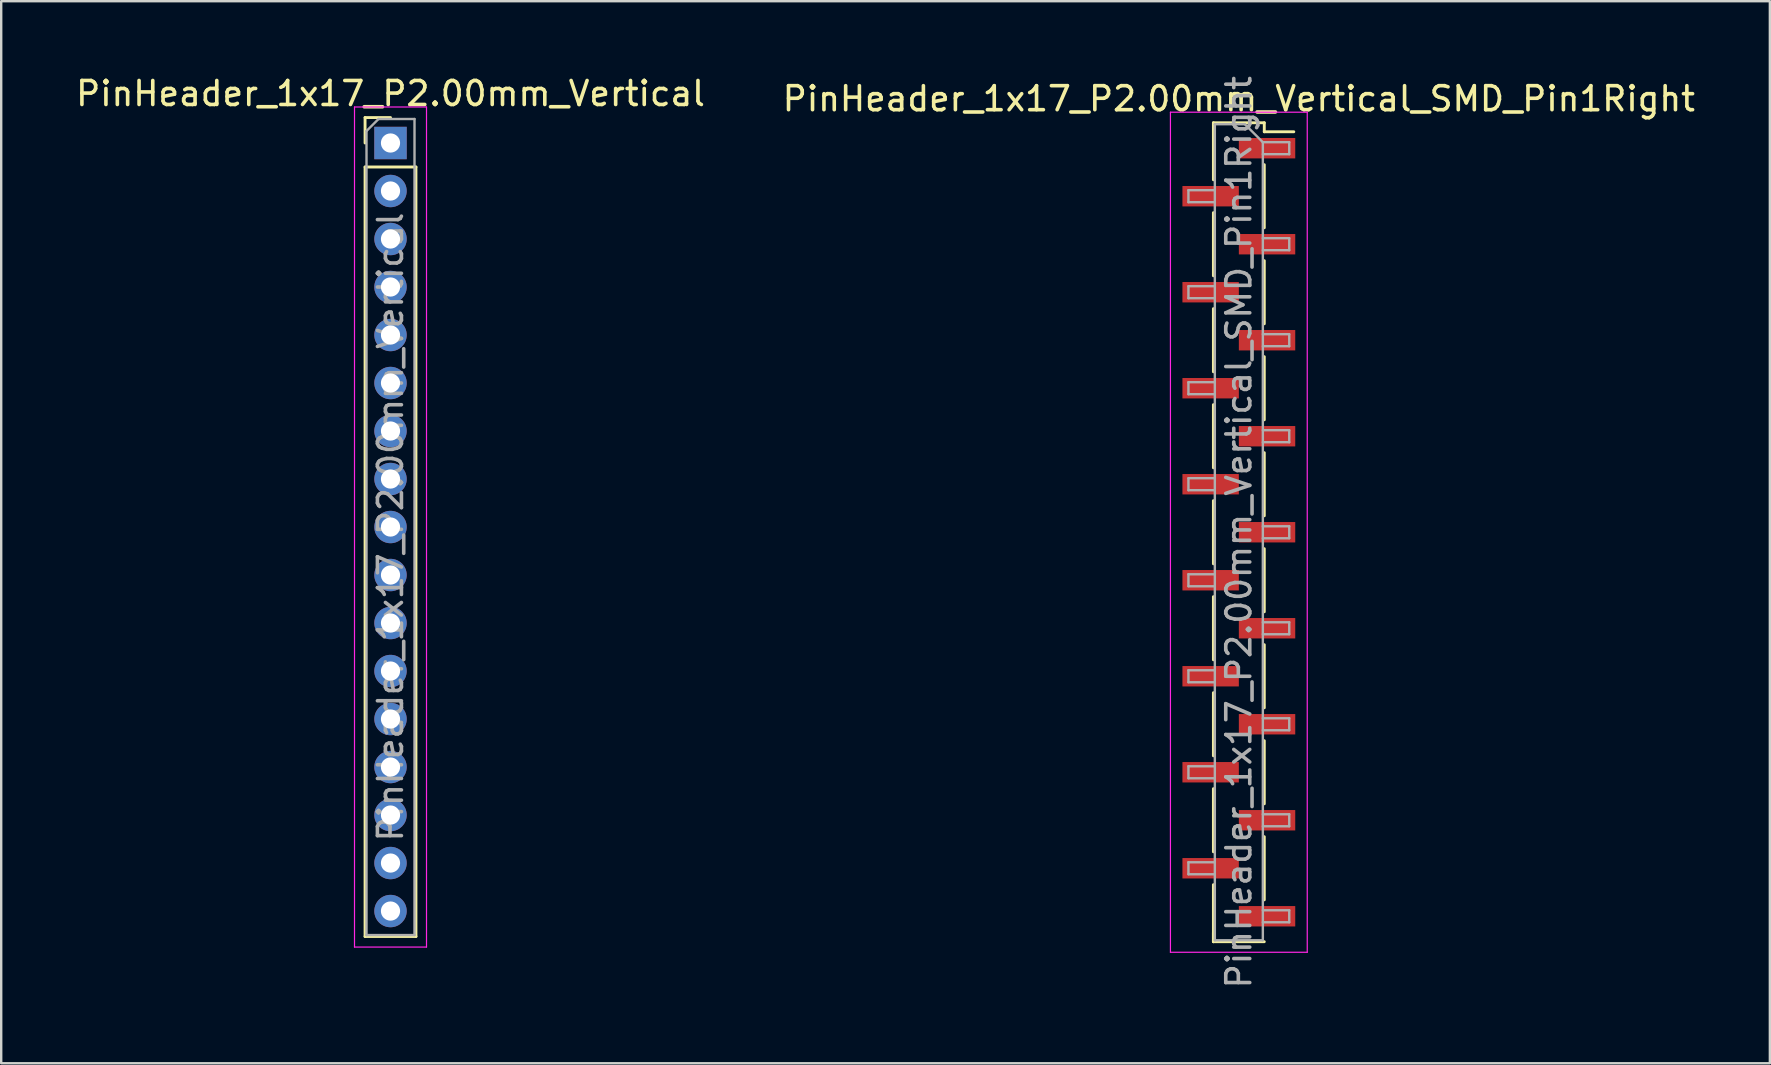
<source format=kicad_pcb>
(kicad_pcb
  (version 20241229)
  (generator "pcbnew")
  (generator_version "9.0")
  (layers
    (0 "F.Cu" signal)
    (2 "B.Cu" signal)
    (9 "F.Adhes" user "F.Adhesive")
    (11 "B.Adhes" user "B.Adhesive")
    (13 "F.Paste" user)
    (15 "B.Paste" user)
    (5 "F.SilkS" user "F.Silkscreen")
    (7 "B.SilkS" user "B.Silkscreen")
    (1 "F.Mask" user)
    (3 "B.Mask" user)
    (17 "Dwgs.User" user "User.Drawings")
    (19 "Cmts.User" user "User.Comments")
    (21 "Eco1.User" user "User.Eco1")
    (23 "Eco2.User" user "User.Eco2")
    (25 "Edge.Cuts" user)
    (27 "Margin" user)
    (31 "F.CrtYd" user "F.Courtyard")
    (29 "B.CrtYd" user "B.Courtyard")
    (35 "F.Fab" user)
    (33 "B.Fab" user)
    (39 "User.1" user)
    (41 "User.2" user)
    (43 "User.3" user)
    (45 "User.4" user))
  (footprint "PinHeader_1x17_P2.00mm_Vertical"
    (layer "F.Cu")
    (at 13.22 2.908)
    (property "Reference" "PinHeader_1x17_P2.00mm_Vertical" (at 0 -2.06 0) (layer "F.SilkS") (effects (font (size 1 1) (thickness 0.15))))
    (attr through_hole)
    (fp_line (start -1.06 -1.06) (end 0 -1.06) (stroke (width 0.12) (type solid)) (layer "F.SilkS"))
    (fp_line (start -1.06 0) (end -1.06 -1.06) (stroke (width 0.12) (type solid)) (layer "F.SilkS"))
    (fp_line (start -1.06 1) (end -1.06 33.06) (stroke (width 0.12) (type solid)) (layer "F.SilkS"))
    (fp_line (start -1.06 1) (end 1.06 1) (stroke (width 0.12) (type solid)) (layer "F.SilkS"))
    (fp_line (start -1.06 33.06) (end 1.06 33.06) (stroke (width 0.12) (type solid)) (layer "F.SilkS"))
    (fp_line (start 1.06 1) (end 1.06 33.06) (stroke (width 0.12) (type solid)) (layer "F.SilkS"))
    (fp_line (start -1.5 -1.5) (end -1.5 33.5) (stroke (width 0.05) (type solid)) (layer "F.CrtYd"))
    (fp_line (start -1.5 33.5) (end 1.5 33.5) (stroke (width 0.05) (type solid)) (layer "F.CrtYd"))
    (fp_line (start 1.5 -1.5) (end -1.5 -1.5) (stroke (width 0.05) (type solid)) (layer "F.CrtYd"))
    (fp_line (start 1.5 33.5) (end 1.5 -1.5) (stroke (width 0.05) (type solid)) (layer "F.CrtYd"))
    (fp_line (start -1 -0.5) (end -0.5 -1) (stroke (width 0.1) (type solid)) (layer "F.Fab"))
    (fp_line (start -1 33) (end -1 -0.5) (stroke (width 0.1) (type solid)) (layer "F.Fab"))
    (fp_line (start -0.5 -1) (end 1 -1) (stroke (width 0.1) (type solid)) (layer "F.Fab"))
    (fp_line (start 1 -1) (end 1 33) (stroke (width 0.1) (type solid)) (layer "F.Fab"))
    (fp_line (start 1 33) (end -1 33) (stroke (width 0.1) (type solid)) (layer "F.Fab"))
    (fp_text user "${REFERENCE}" (at 0 16 90) (layer "F.Fab") (effects (font (size 1 1) (thickness 0.15))))
    (pad "1" thru_hole rect (at 0 0) (size 1.35 1.35) (drill 0.8) (layers "*.Cu" "*.Mask"))
    (pad "2" thru_hole oval (at 0 2) (size 1.35 1.35) (drill 0.8) (layers "*.Cu" "*.Mask"))
    (pad "3" thru_hole oval (at 0 4) (size 1.35 1.35) (drill 0.8) (layers "*.Cu" "*.Mask"))
    (pad "4" thru_hole oval (at 0 6) (size 1.35 1.35) (drill 0.8) (layers "*.Cu" "*.Mask"))
    (pad "5" thru_hole oval (at 0 8) (size 1.35 1.35) (drill 0.8) (layers "*.Cu" "*.Mask"))
    (pad "6" thru_hole oval (at 0 10) (size 1.35 1.35) (drill 0.8) (layers "*.Cu" "*.Mask"))
    (pad "7" thru_hole oval (at 0 12) (size 1.35 1.35) (drill 0.8) (layers "*.Cu" "*.Mask"))
    (pad "8" thru_hole oval (at 0 14) (size 1.35 1.35) (drill 0.8) (layers "*.Cu" "*.Mask"))
    (pad "9" thru_hole oval (at 0 16) (size 1.35 1.35) (drill 0.8) (layers "*.Cu" "*.Mask"))
    (pad "10" thru_hole oval (at 0 18) (size 1.35 1.35) (drill 0.8) (layers "*.Cu" "*.Mask"))
    (pad "11" thru_hole oval (at 0 20) (size 1.35 1.35) (drill 0.8) (layers "*.Cu" "*.Mask"))
    (pad "12" thru_hole oval (at 0 22) (size 1.35 1.35) (drill 0.8) (layers "*.Cu" "*.Mask"))
    (pad "13" thru_hole oval (at 0 24) (size 1.35 1.35) (drill 0.8) (layers "*.Cu" "*.Mask"))
    (pad "14" thru_hole oval (at 0 26) (size 1.35 1.35) (drill 0.8) (layers "*.Cu" "*.Mask"))
    (pad "15" thru_hole oval (at 0 28) (size 1.35 1.35) (drill 0.8) (layers "*.Cu" "*.Mask"))
    (pad "16" thru_hole oval (at 0 30) (size 1.35 1.35) (drill 0.8) (layers "*.Cu" "*.Mask"))
    (pad "17" thru_hole oval (at 0 32) (size 1.35 1.35) (drill 0.8) (layers "*.Cu" "*.Mask")))
  (footprint "PinHeader_1x17_P2.00mm_Vertical_SMD_Pin1Right"
    (layer "F.Cu")
    (at 48.565 19.125)
    (property "Reference" "PinHeader_1x17_P2.00mm_Vertical_SMD_Pin1Right" (at 0 -18.06 0) (layer "F.SilkS") (effects (font (size 1 1) (thickness 0.15))))
    (attr smd)
    (fp_line (start -1.06 -17.06) (end -1.06 -14.685) (stroke (width 0.12) (type solid)) (layer "F.SilkS"))
    (fp_line (start -1.06 -17.06) (end 1.06 -17.06) (stroke (width 0.12) (type solid)) (layer "F.SilkS"))
    (fp_line (start -1.06 -13.315) (end -1.06 -10.685) (stroke (width 0.12) (type solid)) (layer "F.SilkS"))
    (fp_line (start -1.06 -9.315) (end -1.06 -6.685) (stroke (width 0.12) (type solid)) (layer "F.SilkS"))
    (fp_line (start -1.06 -5.315) (end -1.06 -2.685) (stroke (width 0.12) (type solid)) (layer "F.SilkS"))
    (fp_line (start -1.06 -1.315) (end -1.06 1.315) (stroke (width 0.12) (type solid)) (layer "F.SilkS"))
    (fp_line (start -1.06 2.685) (end -1.06 5.315) (stroke (width 0.12) (type solid)) (layer "F.SilkS"))
    (fp_line (start -1.06 6.685) (end -1.06 9.315) (stroke (width 0.12) (type solid)) (layer "F.SilkS"))
    (fp_line (start -1.06 10.685) (end -1.06 13.315) (stroke (width 0.12) (type solid)) (layer "F.SilkS"))
    (fp_line (start -1.06 14.685) (end -1.06 17.06) (stroke (width 0.12) (type solid)) (layer "F.SilkS"))
    (fp_line (start -1.06 16.685) (end -1.06 17.06) (stroke (width 0.12) (type solid)) (layer "F.SilkS"))
    (fp_line (start -1.06 17.06) (end 1.06 17.06) (stroke (width 0.12) (type solid)) (layer "F.SilkS"))
    (fp_line (start 1.06 -17.06) (end 1.06 -16.685) (stroke (width 0.12) (type solid)) (layer "F.SilkS"))
    (fp_line (start 1.06 -16.685) (end 2.29 -16.685) (stroke (width 0.12) (type solid)) (layer "F.SilkS"))
    (fp_line (start 1.06 -15.315) (end 1.06 -12.685) (stroke (width 0.12) (type solid)) (layer "F.SilkS"))
    (fp_line (start 1.06 -11.315) (end 1.06 -8.685) (stroke (width 0.12) (type solid)) (layer "F.SilkS"))
    (fp_line (start 1.06 -7.315) (end 1.06 -4.685) (stroke (width 0.12) (type solid)) (layer "F.SilkS"))
    (fp_line (start 1.06 -3.315) (end 1.06 -0.685) (stroke (width 0.12) (type solid)) (layer "F.SilkS"))
    (fp_line (start 1.06 0.685) (end 1.06 3.315) (stroke (width 0.12) (type solid)) (layer "F.SilkS"))
    (fp_line (start 1.06 4.685) (end 1.06 7.315) (stroke (width 0.12) (type solid)) (layer "F.SilkS"))
    (fp_line (start 1.06 8.685) (end 1.06 11.315) (stroke (width 0.12) (type solid)) (layer "F.SilkS"))
    (fp_line (start 1.06 12.685) (end 1.06 15.315) (stroke (width 0.12) (type solid)) (layer "F.SilkS"))
    (fp_line (start -2.85 -17.5) (end -2.85 17.5) (stroke (width 0.05) (type solid)) (layer "F.CrtYd"))
    (fp_line (start -2.85 17.5) (end 2.85 17.5) (stroke (width 0.05) (type solid)) (layer "F.CrtYd"))
    (fp_line (start 2.85 -17.5) (end -2.85 -17.5) (stroke (width 0.05) (type solid)) (layer "F.CrtYd"))
    (fp_line (start 2.85 17.5) (end 2.85 -17.5) (stroke (width 0.05) (type solid)) (layer "F.CrtYd"))
    (fp_line (start -2.1 -14.25) (end -2.1 -13.75) (stroke (width 0.1) (type solid)) (layer "F.Fab"))
    (fp_line (start -2.1 -13.75) (end -1 -13.75) (stroke (width 0.1) (type solid)) (layer "F.Fab"))
    (fp_line (start -2.1 -10.25) (end -2.1 -9.75) (stroke (width 0.1) (type solid)) (layer "F.Fab"))
    (fp_line (start -2.1 -9.75) (end -1 -9.75) (stroke (width 0.1) (type solid)) (layer "F.Fab"))
    (fp_line (start -2.1 -6.25) (end -2.1 -5.75) (stroke (width 0.1) (type solid)) (layer "F.Fab"))
    (fp_line (start -2.1 -5.75) (end -1 -5.75) (stroke (width 0.1) (type solid)) (layer "F.Fab"))
    (fp_line (start -2.1 -2.25) (end -2.1 -1.75) (stroke (width 0.1) (type solid)) (layer "F.Fab"))
    (fp_line (start -2.1 -1.75) (end -1 -1.75) (stroke (width 0.1) (type solid)) (layer "F.Fab"))
    (fp_line (start -2.1 1.75) (end -2.1 2.25) (stroke (width 0.1) (type solid)) (layer "F.Fab"))
    (fp_line (start -2.1 2.25) (end -1 2.25) (stroke (width 0.1) (type solid)) (layer "F.Fab"))
    (fp_line (start -2.1 5.75) (end -2.1 6.25) (stroke (width 0.1) (type solid)) (layer "F.Fab"))
    (fp_line (start -2.1 6.25) (end -1 6.25) (stroke (width 0.1) (type solid)) (layer "F.Fab"))
    (fp_line (start -2.1 9.75) (end -2.1 10.25) (stroke (width 0.1) (type solid)) (layer "F.Fab"))
    (fp_line (start -2.1 10.25) (end -1 10.25) (stroke (width 0.1) (type solid)) (layer "F.Fab"))
    (fp_line (start -2.1 13.75) (end -2.1 14.25) (stroke (width 0.1) (type solid)) (layer "F.Fab"))
    (fp_line (start -2.1 14.25) (end -1 14.25) (stroke (width 0.1) (type solid)) (layer "F.Fab"))
    (fp_line (start -1 -17) (end -1 17) (stroke (width 0.1) (type solid)) (layer "F.Fab"))
    (fp_line (start -1 -17) (end 0.25 -17) (stroke (width 0.1) (type solid)) (layer "F.Fab"))
    (fp_line (start -1 -14.25) (end -2.1 -14.25) (stroke (width 0.1) (type solid)) (layer "F.Fab"))
    (fp_line (start -1 -10.25) (end -2.1 -10.25) (stroke (width 0.1) (type solid)) (layer "F.Fab"))
    (fp_line (start -1 -6.25) (end -2.1 -6.25) (stroke (width 0.1) (type solid)) (layer "F.Fab"))
    (fp_line (start -1 -2.25) (end -2.1 -2.25) (stroke (width 0.1) (type solid)) (layer "F.Fab"))
    (fp_line (start -1 1.75) (end -2.1 1.75) (stroke (width 0.1) (type solid)) (layer "F.Fab"))
    (fp_line (start -1 5.75) (end -2.1 5.75) (stroke (width 0.1) (type solid)) (layer "F.Fab"))
    (fp_line (start -1 9.75) (end -2.1 9.75) (stroke (width 0.1) (type solid)) (layer "F.Fab"))
    (fp_line (start -1 13.75) (end -2.1 13.75) (stroke (width 0.1) (type solid)) (layer "F.Fab"))
    (fp_line (start 1 -16.25) (end 0.25 -17) (stroke (width 0.1) (type solid)) (layer "F.Fab"))
    (fp_line (start 1 -16.25) (end 2.1 -16.25) (stroke (width 0.1) (type solid)) (layer "F.Fab"))
    (fp_line (start 1 -12.25) (end 2.1 -12.25) (stroke (width 0.1) (type solid)) (layer "F.Fab"))
    (fp_line (start 1 -8.25) (end 2.1 -8.25) (stroke (width 0.1) (type solid)) (layer "F.Fab"))
    (fp_line (start 1 -4.25) (end 2.1 -4.25) (stroke (width 0.1) (type solid)) (layer "F.Fab"))
    (fp_line (start 1 -0.25) (end 2.1 -0.25) (stroke (width 0.1) (type solid)) (layer "F.Fab"))
    (fp_line (start 1 3.75) (end 2.1 3.75) (stroke (width 0.1) (type solid)) (layer "F.Fab"))
    (fp_line (start 1 7.75) (end 2.1 7.75) (stroke (width 0.1) (type solid)) (layer "F.Fab"))
    (fp_line (start 1 11.75) (end 2.1 11.75) (stroke (width 0.1) (type solid)) (layer "F.Fab"))
    (fp_line (start 1 15.75) (end 2.1 15.75) (stroke (width 0.1) (type solid)) (layer "F.Fab"))
    (fp_line (start 1 17) (end -1 17) (stroke (width 0.1) (type solid)) (layer "F.Fab"))
    (fp_line (start 1 17) (end 1 -16.25) (stroke (width 0.1) (type solid)) (layer "F.Fab"))
    (fp_line (start 2.1 -16.25) (end 2.1 -15.75) (stroke (width 0.1) (type solid)) (layer "F.Fab"))
    (fp_line (start 2.1 -15.75) (end 1 -15.75) (stroke (width 0.1) (type solid)) (layer "F.Fab"))
    (fp_line (start 2.1 -12.25) (end 2.1 -11.75) (stroke (width 0.1) (type solid)) (layer "F.Fab"))
    (fp_line (start 2.1 -11.75) (end 1 -11.75) (stroke (width 0.1) (type solid)) (layer "F.Fab"))
    (fp_line (start 2.1 -8.25) (end 2.1 -7.75) (stroke (width 0.1) (type solid)) (layer "F.Fab"))
    (fp_line (start 2.1 -7.75) (end 1 -7.75) (stroke (width 0.1) (type solid)) (layer "F.Fab"))
    (fp_line (start 2.1 -4.25) (end 2.1 -3.75) (stroke (width 0.1) (type solid)) (layer "F.Fab"))
    (fp_line (start 2.1 -3.75) (end 1 -3.75) (stroke (width 0.1) (type solid)) (layer "F.Fab"))
    (fp_line (start 2.1 -0.25) (end 2.1 0.25) (stroke (width 0.1) (type solid)) (layer "F.Fab"))
    (fp_line (start 2.1 0.25) (end 1 0.25) (stroke (width 0.1) (type solid)) (layer "F.Fab"))
    (fp_line (start 2.1 3.75) (end 2.1 4.25) (stroke (width 0.1) (type solid)) (layer "F.Fab"))
    (fp_line (start 2.1 4.25) (end 1 4.25) (stroke (width 0.1) (type solid)) (layer "F.Fab"))
    (fp_line (start 2.1 7.75) (end 2.1 8.25) (stroke (width 0.1) (type solid)) (layer "F.Fab"))
    (fp_line (start 2.1 8.25) (end 1 8.25) (stroke (width 0.1) (type solid)) (layer "F.Fab"))
    (fp_line (start 2.1 11.75) (end 2.1 12.25) (stroke (width 0.1) (type solid)) (layer "F.Fab"))
    (fp_line (start 2.1 12.25) (end 1 12.25) (stroke (width 0.1) (type solid)) (layer "F.Fab"))
    (fp_line (start 2.1 15.75) (end 2.1 16.25) (stroke (width 0.1) (type solid)) (layer "F.Fab"))
    (fp_line (start 2.1 16.25) (end 1 16.25) (stroke (width 0.1) (type solid)) (layer "F.Fab"))
    (fp_text user "${REFERENCE}" (at 0 0 90) (layer "F.Fab") (effects (font (size 1 1) (thickness 0.15))))
    (pad "1" smd rect (at 1.175 -16) (size 2.35 0.85) (layers "F.Cu" "F.Mask" "F.Paste"))
    (pad "2" smd rect (at -1.175 -14) (size 2.35 0.85) (layers "F.Cu" "F.Mask" "F.Paste"))
    (pad "3" smd rect (at 1.175 -12) (size 2.35 0.85) (layers "F.Cu" "F.Mask" "F.Paste"))
    (pad "4" smd rect (at -1.175 -10) (size 2.35 0.85) (layers "F.Cu" "F.Mask" "F.Paste"))
    (pad "5" smd rect (at 1.175 -8) (size 2.35 0.85) (layers "F.Cu" "F.Mask" "F.Paste"))
    (pad "6" smd rect (at -1.175 -6) (size 2.35 0.85) (layers "F.Cu" "F.Mask" "F.Paste"))
    (pad "7" smd rect (at 1.175 -4) (size 2.35 0.85) (layers "F.Cu" "F.Mask" "F.Paste"))
    (pad "8" smd rect (at -1.175 -2) (size 2.35 0.85) (layers "F.Cu" "F.Mask" "F.Paste"))
    (pad "9" smd rect (at 1.175 0) (size 2.35 0.85) (layers "F.Cu" "F.Mask" "F.Paste"))
    (pad "10" smd rect (at -1.175 2) (size 2.35 0.85) (layers "F.Cu" "F.Mask" "F.Paste"))
    (pad "11" smd rect (at 1.175 4) (size 2.35 0.85) (layers "F.Cu" "F.Mask" "F.Paste"))
    (pad "12" smd rect (at -1.175 6) (size 2.35 0.85) (layers "F.Cu" "F.Mask" "F.Paste"))
    (pad "13" smd rect (at 1.175 8) (size 2.35 0.85) (layers "F.Cu" "F.Mask" "F.Paste"))
    (pad "14" smd rect (at -1.175 10) (size 2.35 0.85) (layers "F.Cu" "F.Mask" "F.Paste"))
    (pad "15" smd rect (at 1.175 12) (size 2.35 0.85) (layers "F.Cu" "F.Mask" "F.Paste"))
    (pad "16" smd rect (at -1.175 14) (size 2.35 0.85) (layers "F.Cu" "F.Mask" "F.Paste"))
    (pad "17" smd rect (at 1.175 16) (size 2.35 0.85) (layers "F.Cu" "F.Mask" "F.Paste")))
  (gr_rect
    (start -3 -3)
    (end 70.69 41.25)
    (stroke (width 0.1) (type default))
    (fill no)
    (layer "Edge.Cuts")))
</source>
